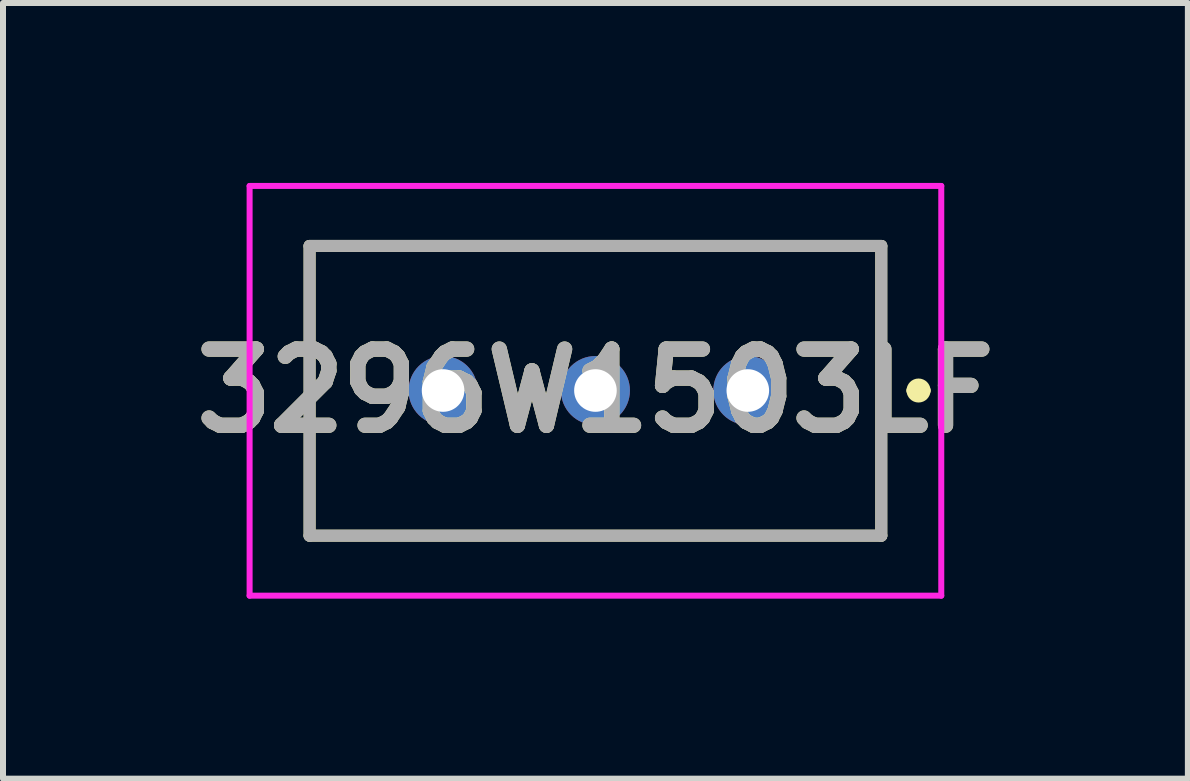
<source format=kicad_pcb>
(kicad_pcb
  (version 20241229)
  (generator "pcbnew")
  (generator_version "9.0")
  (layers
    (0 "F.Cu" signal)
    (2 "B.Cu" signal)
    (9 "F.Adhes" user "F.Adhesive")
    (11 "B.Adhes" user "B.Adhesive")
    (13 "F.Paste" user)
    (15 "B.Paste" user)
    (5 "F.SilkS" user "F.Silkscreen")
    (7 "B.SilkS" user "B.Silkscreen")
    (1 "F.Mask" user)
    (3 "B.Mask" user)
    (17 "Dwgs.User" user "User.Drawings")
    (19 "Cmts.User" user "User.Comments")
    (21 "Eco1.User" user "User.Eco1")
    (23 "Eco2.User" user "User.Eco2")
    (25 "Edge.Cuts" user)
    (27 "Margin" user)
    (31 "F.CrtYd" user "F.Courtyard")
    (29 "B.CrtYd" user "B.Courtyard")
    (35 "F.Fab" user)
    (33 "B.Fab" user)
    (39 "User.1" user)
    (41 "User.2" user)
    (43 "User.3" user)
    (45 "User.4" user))
  (footprint "3296W1503LF"
    (layer "F.Cu")
    (at 9.416 3.46)
    (property "Reference" "3296W1503LF" (at -2.54 0.005 0) (layer "F.SilkS") (effects (font (size 1.27 1.27) (thickness 0.254))))
    (attr through_hole)
    (fp_line (start -7.305 -2.41) (end -7.305 2.42) (stroke (width 0.2) (type solid)) (layer "F.SilkS"))
    (fp_line (start -7.305 2.42) (end 2.225 2.42) (stroke (width 0.2) (type solid)) (layer "F.SilkS"))
    (fp_line (start 2.225 -2.41) (end -7.305 -2.41) (stroke (width 0.2) (type solid)) (layer "F.SilkS"))
    (fp_line (start 2.225 2.42) (end 2.225 -2.41) (stroke (width 0.2) (type solid)) (layer "F.SilkS"))
    (fp_line (start 2.746 0) (end 2.746 0) (stroke (width 0.2) (type solid)) (layer "F.SilkS"))
    (fp_line (start 2.946 0) (end 2.946 0) (stroke (width 0.2) (type solid)) (layer "F.SilkS"))
    (fp_arc (start 2.746 0) (mid 2.846 -0.1) (end 2.946 0) (stroke (width 0.2) (type solid)) (layer "F.SilkS"))
    (fp_arc (start 2.946 0) (mid 2.846 0.1) (end 2.746 0) (stroke (width 0.2) (type solid)) (layer "F.SilkS"))
    (fp_line (start -8.305 -3.41) (end -8.305 3.42) (stroke (width 0.1) (type solid)) (layer "F.CrtYd"))
    (fp_line (start -8.305 3.42) (end 3.225 3.42) (stroke (width 0.1) (type solid)) (layer "F.CrtYd"))
    (fp_line (start 3.225 -3.41) (end -8.305 -3.41) (stroke (width 0.1) (type solid)) (layer "F.CrtYd"))
    (fp_line (start 3.225 3.42) (end 3.225 -3.41) (stroke (width 0.1) (type solid)) (layer "F.CrtYd"))
    (fp_line (start -7.305 -2.41) (end -7.305 2.42) (stroke (width 0.2) (type solid)) (layer "F.Fab"))
    (fp_line (start -7.305 2.42) (end 2.225 2.42) (stroke (width 0.2) (type solid)) (layer "F.Fab"))
    (fp_line (start 2.225 -2.41) (end -7.305 -2.41) (stroke (width 0.2) (type solid)) (layer "F.Fab"))
    (fp_line (start 2.225 2.42) (end 2.225 -2.41) (stroke (width 0.2) (type solid)) (layer "F.Fab"))
    (fp_text user "${REFERENCE}" (at -2.54 0.005 0) (layer "F.Fab") (effects (font (size 1.27 1.27) (thickness 0.254))))
    (pad "1" thru_hole circle (at 0 0) (size 1.15 1.15) (drill 0.71) (layers "*.Cu" "*.Mask"))
    (pad "2" thru_hole circle (at -2.54 0) (size 1.15 1.15) (drill 0.71) (layers "*.Cu" "*.Mask"))
    (pad "3" thru_hole circle (at -5.08 0) (size 1.15 1.15) (drill 0.71) (layers "*.Cu" "*.Mask")))
  (gr_rect
    (start -3 -3)
    (end 16.752 9.93)
    (stroke (width 0.1) (type default))
    (fill no)
    (layer "Edge.Cuts")))
</source>
